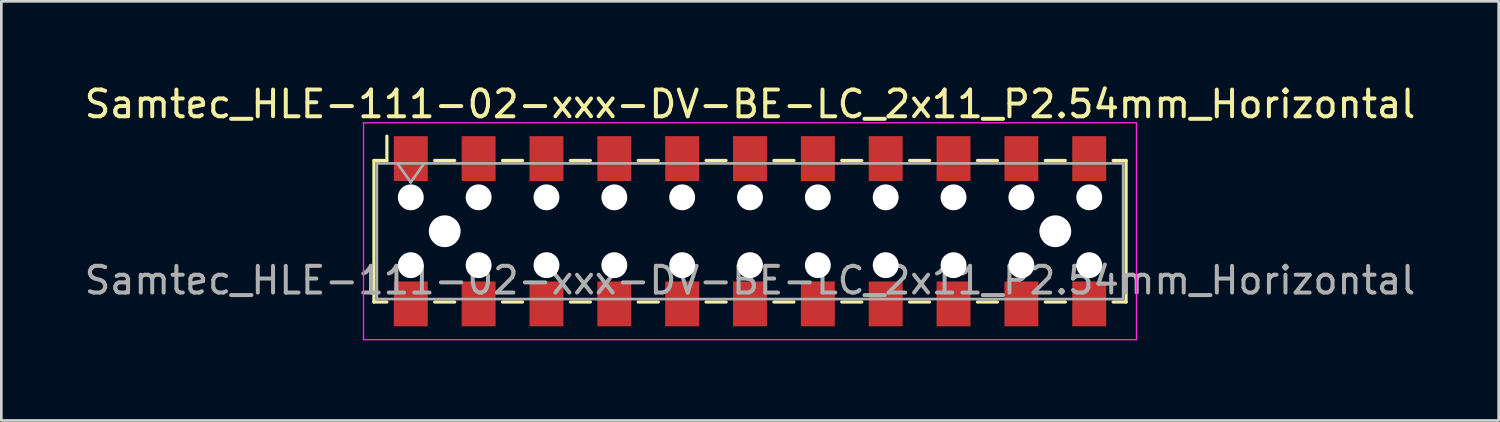
<source format=kicad_pcb>
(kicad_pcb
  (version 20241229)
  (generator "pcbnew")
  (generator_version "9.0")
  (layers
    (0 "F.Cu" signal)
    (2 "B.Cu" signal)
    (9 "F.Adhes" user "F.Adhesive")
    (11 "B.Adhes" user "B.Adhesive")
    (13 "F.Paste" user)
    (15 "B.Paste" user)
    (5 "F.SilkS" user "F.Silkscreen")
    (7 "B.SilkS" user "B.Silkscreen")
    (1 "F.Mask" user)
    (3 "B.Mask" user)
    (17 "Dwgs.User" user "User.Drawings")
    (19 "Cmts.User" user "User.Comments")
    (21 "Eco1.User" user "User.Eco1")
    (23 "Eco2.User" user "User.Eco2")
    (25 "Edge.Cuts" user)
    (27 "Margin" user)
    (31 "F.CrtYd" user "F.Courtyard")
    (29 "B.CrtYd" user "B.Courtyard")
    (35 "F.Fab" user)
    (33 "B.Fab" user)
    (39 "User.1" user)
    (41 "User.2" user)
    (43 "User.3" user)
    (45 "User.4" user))
  (footprint "Samtec_HLE-111-02-xxx-DV-BE-LC_2x11_P2.54mm_Horizontal"
    (layer "F.Cu")
    (at 25.03 5.608)
    (property "Reference" "Samtec_HLE-111-02-xxx-DV-BE-LC_2x11_P2.54mm_Horizontal" (at 0 -4.76 0) (layer "F.SilkS") (effects (font (size 1 1) (thickness 0.15))))
    (attr smd)
    (fp_line (start -14.08 -2.65) (end -14.08 2.65) (stroke (width 0.12) (type solid)) (layer "F.SilkS"))
    (fp_line (start -14.08 2.65) (end -13.595 2.65) (stroke (width 0.12) (type solid)) (layer "F.SilkS"))
    (fp_line (start -13.595 -3.56) (end -13.595 -2.65) (stroke (width 0.12) (type solid)) (layer "F.SilkS"))
    (fp_line (start -13.595 -2.65) (end -14.08 -2.65) (stroke (width 0.12) (type solid)) (layer "F.SilkS"))
    (fp_line (start -11.805 -2.65) (end -11.055 -2.65) (stroke (width 0.12) (type solid)) (layer "F.SilkS"))
    (fp_line (start -11.805 2.65) (end -11.055 2.65) (stroke (width 0.12) (type solid)) (layer "F.SilkS"))
    (fp_line (start -9.265 -2.65) (end -8.515 -2.65) (stroke (width 0.12) (type solid)) (layer "F.SilkS"))
    (fp_line (start -9.265 2.65) (end -8.515 2.65) (stroke (width 0.12) (type solid)) (layer "F.SilkS"))
    (fp_line (start -6.725 -2.65) (end -5.975 -2.65) (stroke (width 0.12) (type solid)) (layer "F.SilkS"))
    (fp_line (start -6.725 2.65) (end -5.975 2.65) (stroke (width 0.12) (type solid)) (layer "F.SilkS"))
    (fp_line (start -4.185 -2.65) (end -3.435 -2.65) (stroke (width 0.12) (type solid)) (layer "F.SilkS"))
    (fp_line (start -4.185 2.65) (end -3.435 2.65) (stroke (width 0.12) (type solid)) (layer "F.SilkS"))
    (fp_line (start -1.645 -2.65) (end -0.895 -2.65) (stroke (width 0.12) (type solid)) (layer "F.SilkS"))
    (fp_line (start -1.645 2.65) (end -0.895 2.65) (stroke (width 0.12) (type solid)) (layer "F.SilkS"))
    (fp_line (start 0.895 -2.65) (end 1.645 -2.65) (stroke (width 0.12) (type solid)) (layer "F.SilkS"))
    (fp_line (start 0.895 2.65) (end 1.645 2.65) (stroke (width 0.12) (type solid)) (layer "F.SilkS"))
    (fp_line (start 3.435 -2.65) (end 4.185 -2.65) (stroke (width 0.12) (type solid)) (layer "F.SilkS"))
    (fp_line (start 3.435 2.65) (end 4.185 2.65) (stroke (width 0.12) (type solid)) (layer "F.SilkS"))
    (fp_line (start 5.975 -2.65) (end 6.725 -2.65) (stroke (width 0.12) (type solid)) (layer "F.SilkS"))
    (fp_line (start 5.975 2.65) (end 6.725 2.65) (stroke (width 0.12) (type solid)) (layer "F.SilkS"))
    (fp_line (start 8.515 -2.65) (end 9.265 -2.65) (stroke (width 0.12) (type solid)) (layer "F.SilkS"))
    (fp_line (start 8.515 2.65) (end 9.265 2.65) (stroke (width 0.12) (type solid)) (layer "F.SilkS"))
    (fp_line (start 11.055 -2.65) (end 11.805 -2.65) (stroke (width 0.12) (type solid)) (layer "F.SilkS"))
    (fp_line (start 11.055 2.65) (end 11.805 2.65) (stroke (width 0.12) (type solid)) (layer "F.SilkS"))
    (fp_line (start 13.595 -2.65) (end 14.08 -2.65) (stroke (width 0.12) (type solid)) (layer "F.SilkS"))
    (fp_line (start 14.08 -2.65) (end 14.08 2.65) (stroke (width 0.12) (type solid)) (layer "F.SilkS"))
    (fp_line (start 14.08 2.65) (end 13.595 2.65) (stroke (width 0.12) (type solid)) (layer "F.SilkS"))
    (fp_line (start -14.47 -4.06) (end 14.47 -4.06) (stroke (width 0.05) (type solid)) (layer "F.CrtYd"))
    (fp_line (start -14.47 4.06) (end -14.47 -4.06) (stroke (width 0.05) (type solid)) (layer "F.CrtYd"))
    (fp_line (start 14.47 -4.06) (end 14.47 4.06) (stroke (width 0.05) (type solid)) (layer "F.CrtYd"))
    (fp_line (start 14.47 4.06) (end -14.47 4.06) (stroke (width 0.05) (type solid)) (layer "F.CrtYd"))
    (fp_line (start -13.97 -2.54) (end 13.97 -2.54) (stroke (width 0.1) (type solid)) (layer "F.Fab"))
    (fp_line (start -13.97 2.54) (end -13.97 -2.54) (stroke (width 0.1) (type solid)) (layer "F.Fab"))
    (fp_line (start -13.2 -2.54) (end -12.7 -1.833) (stroke (width 0.1) (type solid)) (layer "F.Fab"))
    (fp_line (start -12.7 -1.833) (end -12.2 -2.54) (stroke (width 0.1) (type solid)) (layer "F.Fab"))
    (fp_line (start 13.97 -2.54) (end 13.97 2.54) (stroke (width 0.1) (type solid)) (layer "F.Fab"))
    (fp_line (start 13.97 2.54) (end -13.97 2.54) (stroke (width 0.1) (type solid)) (layer "F.Fab"))
    (fp_text user "${REFERENCE}" (at 0 1.84 0) (layer "F.Fab") (effects (font (size 1 1) (thickness 0.15))))
    (pad "" np_thru_hole circle (at -12.7 -1.27) (size 0.97 0.97) (drill 0.97) (layers "*.Cu" "*.Mask"))
    (pad "" np_thru_hole circle (at -12.7 1.27) (size 0.97 0.97) (drill 0.97) (layers "*.Cu" "*.Mask"))
    (pad "" np_thru_hole circle (at -11.43 0) (size 1.19 1.19) (drill 1.19) (layers "*.Cu" "*.Mask"))
    (pad "" np_thru_hole circle (at -10.16 -1.27) (size 0.97 0.97) (drill 0.97) (layers "*.Cu" "*.Mask"))
    (pad "" np_thru_hole circle (at -10.16 1.27) (size 0.97 0.97) (drill 0.97) (layers "*.Cu" "*.Mask"))
    (pad "" np_thru_hole circle (at -7.62 -1.27) (size 0.97 0.97) (drill 0.97) (layers "*.Cu" "*.Mask"))
    (pad "" np_thru_hole circle (at -7.62 1.27) (size 0.97 0.97) (drill 0.97) (layers "*.Cu" "*.Mask"))
    (pad "" np_thru_hole circle (at -5.08 -1.27) (size 0.97 0.97) (drill 0.97) (layers "*.Cu" "*.Mask"))
    (pad "" np_thru_hole circle (at -5.08 1.27) (size 0.97 0.97) (drill 0.97) (layers "*.Cu" "*.Mask"))
    (pad "" np_thru_hole circle (at -2.54 -1.27) (size 0.97 0.97) (drill 0.97) (layers "*.Cu" "*.Mask"))
    (pad "" np_thru_hole circle (at -2.54 1.27) (size 0.97 0.97) (drill 0.97) (layers "*.Cu" "*.Mask"))
    (pad "" np_thru_hole circle (at 0 -1.27) (size 0.97 0.97) (drill 0.97) (layers "*.Cu" "*.Mask"))
    (pad "" np_thru_hole circle (at 0 1.27) (size 0.97 0.97) (drill 0.97) (layers "*.Cu" "*.Mask"))
    (pad "" np_thru_hole circle (at 2.54 -1.27) (size 0.97 0.97) (drill 0.97) (layers "*.Cu" "*.Mask"))
    (pad "" np_thru_hole circle (at 2.54 1.27) (size 0.97 0.97) (drill 0.97) (layers "*.Cu" "*.Mask"))
    (pad "" np_thru_hole circle (at 5.08 -1.27) (size 0.97 0.97) (drill 0.97) (layers "*.Cu" "*.Mask"))
    (pad "" np_thru_hole circle (at 5.08 1.27) (size 0.97 0.97) (drill 0.97) (layers "*.Cu" "*.Mask"))
    (pad "" np_thru_hole circle (at 7.62 -1.27) (size 0.97 0.97) (drill 0.97) (layers "*.Cu" "*.Mask"))
    (pad "" np_thru_hole circle (at 7.62 1.27) (size 0.97 0.97) (drill 0.97) (layers "*.Cu" "*.Mask"))
    (pad "" np_thru_hole circle (at 10.16 -1.27) (size 0.97 0.97) (drill 0.97) (layers "*.Cu" "*.Mask"))
    (pad "" np_thru_hole circle (at 10.16 1.27) (size 0.97 0.97) (drill 0.97) (layers "*.Cu" "*.Mask"))
    (pad "" np_thru_hole circle (at 11.43 0) (size 1.19 1.19) (drill 1.19) (layers "*.Cu" "*.Mask"))
    (pad "" np_thru_hole circle (at 12.7 -1.27) (size 0.97 0.97) (drill 0.97) (layers "*.Cu" "*.Mask"))
    (pad "" np_thru_hole circle (at 12.7 1.27) (size 0.97 0.97) (drill 0.97) (layers "*.Cu" "*.Mask"))
    (pad "1" smd rect (at -12.7 -2.72) (size 1.27 1.68) (layers "F.Cu" "F.Mask" "F.Paste"))
    (pad "2" smd rect (at -12.7 2.72) (size 1.27 1.68) (layers "F.Cu" "F.Mask" "F.Paste"))
    (pad "3" smd rect (at -10.16 -2.72) (size 1.27 1.68) (layers "F.Cu" "F.Mask" "F.Paste"))
    (pad "4" smd rect (at -10.16 2.72) (size 1.27 1.68) (layers "F.Cu" "F.Mask" "F.Paste"))
    (pad "5" smd rect (at -7.62 -2.72) (size 1.27 1.68) (layers "F.Cu" "F.Mask" "F.Paste"))
    (pad "6" smd rect (at -7.62 2.72) (size 1.27 1.68) (layers "F.Cu" "F.Mask" "F.Paste"))
    (pad "7" smd rect (at -5.08 -2.72) (size 1.27 1.68) (layers "F.Cu" "F.Mask" "F.Paste"))
    (pad "8" smd rect (at -5.08 2.72) (size 1.27 1.68) (layers "F.Cu" "F.Mask" "F.Paste"))
    (pad "9" smd rect (at -2.54 -2.72) (size 1.27 1.68) (layers "F.Cu" "F.Mask" "F.Paste"))
    (pad "10" smd rect (at -2.54 2.72) (size 1.27 1.68) (layers "F.Cu" "F.Mask" "F.Paste"))
    (pad "11" smd rect (at 0 -2.72) (size 1.27 1.68) (layers "F.Cu" "F.Mask" "F.Paste"))
    (pad "12" smd rect (at 0 2.72) (size 1.27 1.68) (layers "F.Cu" "F.Mask" "F.Paste"))
    (pad "13" smd rect (at 2.54 -2.72) (size 1.27 1.68) (layers "F.Cu" "F.Mask" "F.Paste"))
    (pad "14" smd rect (at 2.54 2.72) (size 1.27 1.68) (layers "F.Cu" "F.Mask" "F.Paste"))
    (pad "15" smd rect (at 5.08 -2.72) (size 1.27 1.68) (layers "F.Cu" "F.Mask" "F.Paste"))
    (pad "16" smd rect (at 5.08 2.72) (size 1.27 1.68) (layers "F.Cu" "F.Mask" "F.Paste"))
    (pad "17" smd rect (at 7.62 -2.72) (size 1.27 1.68) (layers "F.Cu" "F.Mask" "F.Paste"))
    (pad "18" smd rect (at 7.62 2.72) (size 1.27 1.68) (layers "F.Cu" "F.Mask" "F.Paste"))
    (pad "19" smd rect (at 10.16 -2.72) (size 1.27 1.68) (layers "F.Cu" "F.Mask" "F.Paste"))
    (pad "20" smd rect (at 10.16 2.72) (size 1.27 1.68) (layers "F.Cu" "F.Mask" "F.Paste"))
    (pad "21" smd rect (at 12.7 -2.72) (size 1.27 1.68) (layers "F.Cu" "F.Mask" "F.Paste"))
    (pad "22" smd rect (at 12.7 2.72) (size 1.27 1.68) (layers "F.Cu" "F.Mask" "F.Paste")))
  (gr_rect
    (start -3 -3)
    (end 53.06 12.693)
    (stroke (width 0.1) (type default))
    (fill no)
    (layer "Edge.Cuts")))
</source>
